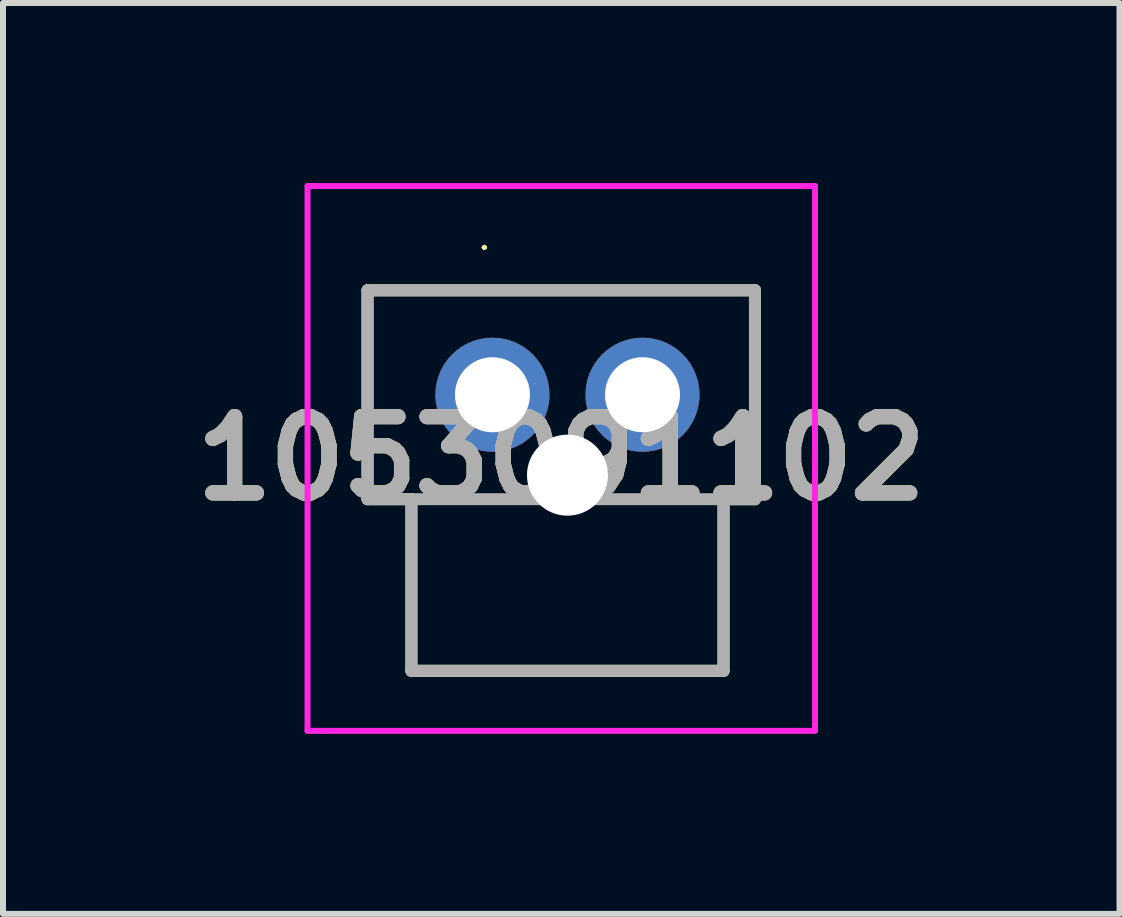
<source format=kicad_pcb>
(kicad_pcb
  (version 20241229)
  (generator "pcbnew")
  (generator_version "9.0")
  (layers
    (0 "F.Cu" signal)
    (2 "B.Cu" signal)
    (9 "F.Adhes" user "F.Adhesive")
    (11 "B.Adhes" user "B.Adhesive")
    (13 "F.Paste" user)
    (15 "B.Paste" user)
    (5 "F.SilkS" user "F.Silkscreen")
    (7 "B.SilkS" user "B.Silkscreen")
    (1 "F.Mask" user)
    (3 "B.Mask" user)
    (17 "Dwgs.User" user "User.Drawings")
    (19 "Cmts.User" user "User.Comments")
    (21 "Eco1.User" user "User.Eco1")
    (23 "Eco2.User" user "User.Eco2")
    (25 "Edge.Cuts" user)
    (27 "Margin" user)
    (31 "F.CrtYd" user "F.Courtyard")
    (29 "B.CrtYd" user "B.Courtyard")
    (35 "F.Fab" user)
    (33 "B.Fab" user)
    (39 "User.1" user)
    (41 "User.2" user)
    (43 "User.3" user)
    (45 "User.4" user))
  (footprint "1053091102"
    (layer "F.Cu")
    (at 5.155 3.527)
    (property "Reference" "1053091102" (at 1.147 1.061 0) (layer "F.SilkS") (effects (font (size 1.27 1.27) (thickness 0.254))))
    (attr through_hole)
    (fp_line (start -2.081 -1.74) (end 4.374 -1.74) (stroke (width 0.2) (type solid)) (layer "F.SilkS"))
    (fp_line (start -2.081 1.74) (end -2.081 -1.74) (stroke (width 0.2) (type solid)) (layer "F.SilkS"))
    (fp_line (start -1.35 1.74) (end -2.081 1.74) (stroke (width 0.2) (type solid)) (layer "F.SilkS"))
    (fp_line (start -1.35 4.6) (end -1.35 1.74) (stroke (width 0.2) (type solid)) (layer "F.SilkS"))
    (fp_line (start -0.157 -2.455) (end -0.157 -2.455) (stroke (width 0.044) (type solid)) (layer "F.SilkS"))
    (fp_line (start -0.113 -2.455) (end -0.113 -2.455) (stroke (width 0.044) (type solid)) (layer "F.SilkS"))
    (fp_line (start 3.85 1.74) (end 3.85 4.6) (stroke (width 0.2) (type solid)) (layer "F.SilkS"))
    (fp_line (start 3.85 4.6) (end -1.35 4.6) (stroke (width 0.2) (type solid)) (layer "F.SilkS"))
    (fp_line (start 4.374 -1.74) (end 4.374 1.74) (stroke (width 0.2) (type solid)) (layer "F.SilkS"))
    (fp_line (start 4.374 1.74) (end 3.85 1.74) (stroke (width 0.2) (type solid)) (layer "F.SilkS"))
    (fp_arc (start -0.157 -2.455) (mid -0.135 -2.477) (end -0.113 -2.455) (stroke (width 0.04401) (type solid)) (layer "F.SilkS"))
    (fp_arc (start -0.113 -2.455) (mid -0.135 -2.433) (end -0.157 -2.455) (stroke (width 0.04401) (type solid)) (layer "F.SilkS"))
    (fp_line (start -3.081 -3.477) (end 5.374 -3.477) (stroke (width 0.1) (type solid)) (layer "F.CrtYd"))
    (fp_line (start -3.081 5.6) (end -3.081 -3.477) (stroke (width 0.1) (type solid)) (layer "F.CrtYd"))
    (fp_line (start 5.374 -3.477) (end 5.374 5.6) (stroke (width 0.1) (type solid)) (layer "F.CrtYd"))
    (fp_line (start 5.374 5.6) (end -3.081 5.6) (stroke (width 0.1) (type solid)) (layer "F.CrtYd"))
    (fp_line (start -2.081 -1.74) (end 4.374 -1.74) (stroke (width 0.2) (type solid)) (layer "F.Fab"))
    (fp_line (start -2.081 1.74) (end -2.081 -1.74) (stroke (width 0.2) (type solid)) (layer "F.Fab"))
    (fp_line (start -1.35 1.74) (end -1.35 4.6) (stroke (width 0.2) (type solid)) (layer "F.Fab"))
    (fp_line (start -1.35 4.6) (end 3.85 4.6) (stroke (width 0.2) (type solid)) (layer "F.Fab"))
    (fp_line (start 3.85 4.6) (end 3.85 1.74) (stroke (width 0.2) (type solid)) (layer "F.Fab"))
    (fp_line (start 4.374 -1.74) (end 4.374 1.74) (stroke (width 0.2) (type solid)) (layer "F.Fab"))
    (fp_line (start 4.374 1.74) (end -2.081 1.74) (stroke (width 0.2) (type solid)) (layer "F.Fab"))
    (fp_text user "${REFERENCE}" (at 1.147 1.061 0) (layer "F.Fab") (effects (font (size 1.27 1.27) (thickness 0.254))))
    (pad "" np_thru_hole circle (at 1.25 1.34) (size 1.35 1.35) (drill 1.35) (layers "*.Cu" "*.Mask"))
    (pad "1" thru_hole circle (at 0 0) (size 1.9 1.9) (drill 1.25) (layers "*.Cu" "*.Mask"))
    (pad "2" thru_hole circle (at 2.5 0) (size 1.9 1.9) (drill 1.25) (layers "*.Cu" "*.Mask")))
  (gr_rect
    (start -3 -3)
    (end 15.603 12.177)
    (stroke (width 0.1) (type default))
    (fill no)
    (layer "Edge.Cuts")))
</source>
